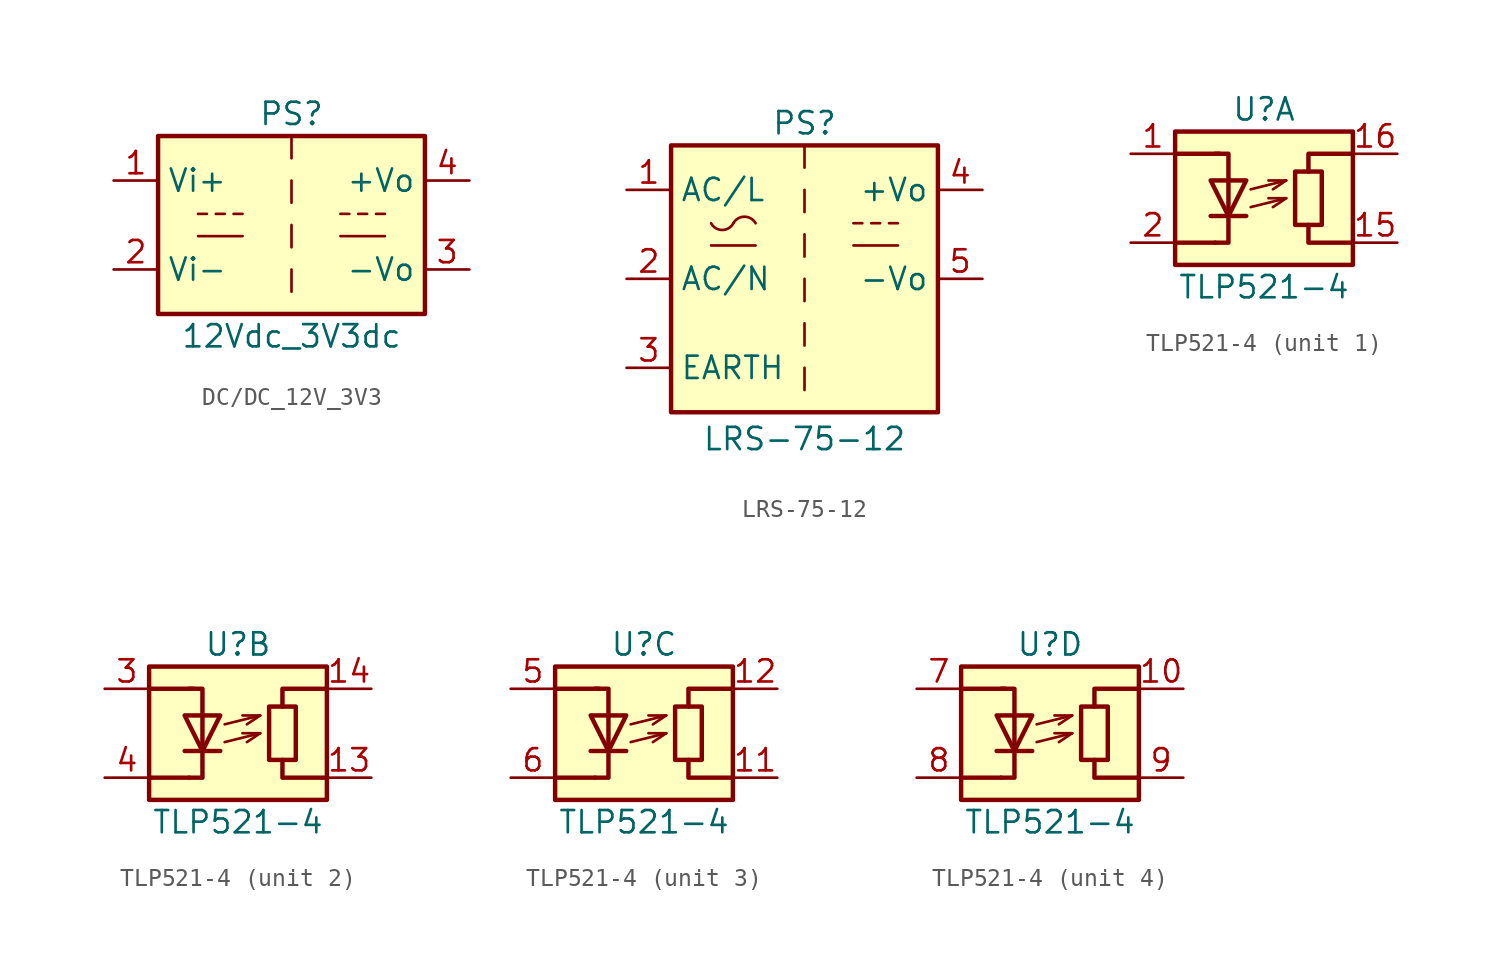
<source format=kicad_sym>
(kicad_symbol_lib
  (version 20231120)
  (generator "kicad_symbol_editor")
  (generator_version "8.0")
  (symbol "DC/DC_12V_3V3"
    (property "Reference" "PS"
      (at 0 6.35 0)
      (effects (font (size 1.27 1.27))))
    (property "Value" "12Vdc_3V3dc"
      (at 0 -6.35 0)
      (effects (font (size 1.27 1.27))))
    (symbol "DC/DC_12V_3V3_0_1"
      (rectangle (start -7.62 5.08) (end 7.62 -5.08) (stroke (width 0.254) (type default)) (fill (type background)))
      (polyline (pts (xy -5.338 0.635) (xy -4.83 0.635)) (stroke (width 0) (type default)) (fill (type none)))
      (polyline (pts (xy -5.334 -0.635) (xy -2.794 -0.635)) (stroke (width 0) (type default)) (fill (type none)))
      (polyline (pts (xy -4.322 0.635) (xy -3.814 0.635)) (stroke (width 0) (type default)) (fill (type none)))
      (polyline (pts (xy -3.307 0.635) (xy -2.799 0.635)) (stroke (width 0) (type default)) (fill (type none)))
      (polyline (pts (xy 0 -2.54) (xy 0 -3.81)) (stroke (width 0) (type default)) (fill (type none)))
      (polyline (pts (xy 0 0) (xy 0 -1.27)) (stroke (width 0) (type default)) (fill (type none)))
      (polyline (pts (xy 0 2.54) (xy 0 1.27)) (stroke (width 0) (type default)) (fill (type none)))
      (polyline (pts (xy 0 5.08) (xy 0 3.81)) (stroke (width 0) (type default)) (fill (type none)))
      (polyline (pts (xy 2.794 -0.635) (xy 5.334 -0.635)) (stroke (width 0) (type default)) (fill (type none)))
      (polyline (pts (xy 2.794 0.635) (xy 3.302 0.635)) (stroke (width 0) (type default)) (fill (type none)))
      (polyline (pts (xy 3.81 0.635) (xy 4.318 0.635)) (stroke (width 0) (type default)) (fill (type none)))
      (polyline (pts (xy 4.826 0.635) (xy 5.334 0.635)) (stroke (width 0) (type default)) (fill (type none))))
    (symbol "DC/DC_12V_3V3_1_1"
      (pin power_in line (at -10.16 2.54 0) (length 2.54) (name "Vi+" (effects (font (size 1.27 1.27)))) (number "1" (effects (font (size 1.27 1.27)))))
      (pin power_in line (at -10.16 -2.54 0) (length 2.54) (name "Vi-" (effects (font (size 1.27 1.27)))) (number "2" (effects (font (size 1.27 1.27)))))
      (pin power_out line (at 10.16 -2.54 180) (length 2.54) (name "-Vo" (effects (font (size 1.27 1.27)))) (number "3" (effects (font (size 1.27 1.27)))))
      (pin power_out line (at 10.16 2.54 180) (length 2.54) (name "+Vo" (effects (font (size 1.27 1.27)))) (number "4" (effects (font (size 1.27 1.27)))))))
  (symbol "LRS-75-12"
    (property "Reference" "PS"
      (at 0 6.35 0)
      (effects (font (size 1.27 1.27))))
    (property "Value" "LRS-75-12"
      (at 0 -11.684 0)
      (effects (font (size 1.27 1.27))))
    (symbol "LRS-75-12_0_1"
      (rectangle (start -7.62 5.08) (end 7.62 -10.16) (stroke (width 0.254) (type default)) (fill (type background)))
      (arc (start -5.334 0.635) (mid -4.699 0.2495) (end -4.064 0.635) (stroke (width 0) (type default)) (fill (type none)))
      (arc (start -2.794 0.635) (mid -3.429 1.0072) (end -4.064 0.635) (stroke (width 0) (type default)) (fill (type none)))
      (polyline (pts (xy -5.334 -0.635) (xy -2.794 -0.635)) (stroke (width 0) (type default)) (fill (type none)))
      (polyline (pts (xy 0 -7.62) (xy 0 -8.89)) (stroke (width 0) (type default)) (fill (type none)))
      (polyline (pts (xy 0 -5.08) (xy 0 -6.35)) (stroke (width 0) (type default)) (fill (type none)))
      (polyline (pts (xy 0 -2.54) (xy 0 -3.81)) (stroke (width 0) (type default)) (fill (type none)))
      (polyline (pts (xy 0 0) (xy 0 -1.27)) (stroke (width 0) (type default)) (fill (type none)))
      (polyline (pts (xy 0 2.54) (xy 0 1.27)) (stroke (width 0) (type default)) (fill (type none)))
      (polyline (pts (xy 0 5.08) (xy 0 3.81)) (stroke (width 0) (type default)) (fill (type none)))
      (polyline (pts (xy 2.794 -0.635) (xy 5.334 -0.635)) (stroke (width 0) (type default)) (fill (type none)))
      (polyline (pts (xy 2.794 0.635) (xy 3.302 0.635)) (stroke (width 0) (type default)) (fill (type none)))
      (polyline (pts (xy 3.81 0.635) (xy 4.318 0.635)) (stroke (width 0) (type default)) (fill (type none)))
      (polyline (pts (xy 4.826 0.635) (xy 5.334 0.635)) (stroke (width 0) (type default)) (fill (type none))))
    (symbol "LRS-75-12_1_1"
      (pin power_in line (at -10.16 2.54 0) (length 2.54) (name "AC/L" (effects (font (size 1.27 1.27)))) (number "1" (effects (font (size 1.27 1.27)))))
      (pin power_in line (at -10.16 -2.54 0) (length 2.54) (name "AC/N" (effects (font (size 1.27 1.27)))) (number "2" (effects (font (size 1.27 1.27)))))
      (pin power_in line (at -10.16 -7.62 0) (length 2.54) (name "EARTH" (effects (font (size 1.27 1.27)))) (number "3" (effects (font (size 1.27 1.27)))))
      (pin power_out line (at 10.16 2.54 180) (length 2.54) (name "+Vo" (effects (font (size 1.27 1.27)))) (number "4" (effects (font (size 1.27 1.27)))))
      (pin power_out line (at 10.16 -2.54 180) (length 2.54) (name "-Vo" (effects (font (size 1.27 1.27)))) (number "5" (effects (font (size 1.27 1.27)))))))
  (symbol "TLP521-4"
    (pin_names
      (offset 0.762) hide)
    (property "Reference" "U"
      (at 0 5.08 0)
      (effects (font (size 1.27 1.27))))
    (property "Value" "TLP521-4"
      (at 0 -5.08 0)
      (effects (font (size 1.27 1.27))))
    (symbol "TLP521-4_0_1"
      (rectangle (start -5.08 3.81) (end 5.08 -3.81) (stroke (width 0.254) (type default)) (fill (type background)))
      (polyline (pts (xy -5.08 2.54) (xy -2.54 2.54)) (stroke (width 0.254) (type default)) (fill (type none)))
      (polyline (pts (xy -2.794 -2.54) (xy -5.08 -2.54)) (stroke (width 0.254) (type default)) (fill (type none)))
      (polyline (pts (xy -1.016 -1.016) (xy -3.048 -1.016) (xy -3.048 -1.016)) (stroke (width 0.254) (type default)) (fill (type none)))
      (polyline (pts (xy -0.762 -0.508) (xy 1.27 0) (xy 1.27 0)) (stroke (width 0) (type default)) (fill (type none)))
      (polyline (pts (xy -0.762 0.508) (xy 1.27 1.016) (xy 1.27 1.016)) (stroke (width 0) (type default)) (fill (type none)))
      (polyline (pts (xy 2.54 -1.524) (xy 2.54 -2.54) (xy 5.08 -2.54)) (stroke (width 0.254) (type default)) (fill (type none)))
      (polyline (pts (xy 2.54 1.524) (xy 2.54 2.54) (xy 5.08 2.54)) (stroke (width 0.254) (type default)) (fill (type none)))
      (polyline (pts (xy -2.794 -2.54) (xy -2.032 -2.54) (xy -2.032 2.54) (xy -2.794 2.54)) (stroke (width 0.254) (type default)) (fill (type none)))
      (polyline (pts (xy 0.254 0) (xy 1.27 0) (xy 0.508 -0.508) (xy 0.508 -0.508)) (stroke (width 0) (type default)) (fill (type none)))
      (polyline (pts (xy 0.254 1.016) (xy 1.27 1.016) (xy 0.508 0.508) (xy 0.508 0.508)) (stroke (width 0) (type default)) (fill (type none)))
      (polyline (pts (xy -1.016 1.016) (xy -3.048 1.016) (xy -2.032 -1.016) (xy -1.016 1.016) (xy -1.016 1.016) (xy -1.016 1.016)) (stroke (width 0.254) (type default)) (fill (type none)))
      (rectangle (start 1.778 1.524) (end 3.302 -1.524) (stroke (width 0.254) (type default)) (fill (type none))))
    (symbol "TLP521-4_1_1"
      (pin passive line (at -7.62 2.54 0) (length 2.54) (name "A" (effects (font (size 1.27 1.27)))) (number "1" (effects (font (size 1.27 1.27)))))
      (pin passive line (at 7.62 -2.54 180) (length 2.54) (name "R" (effects (font (size 1.27 1.27)))) (number "15" (effects (font (size 1.27 1.27)))))
      (pin passive line (at 7.62 2.54 180) (length 2.54) (name "R" (effects (font (size 1.27 1.27)))) (number "16" (effects (font (size 1.27 1.27)))))
      (pin passive line (at -7.62 -2.54 0) (length 2.54) (name "K" (effects (font (size 1.27 1.27)))) (number "2" (effects (font (size 1.27 1.27))))))
    (symbol "TLP521-4_2_1"
      (pin passive line (at 7.62 -2.54 180) (length 2.54) (name "R" (effects (font (size 1.27 1.27)))) (number "13" (effects (font (size 1.27 1.27)))))
      (pin passive line (at 7.62 2.54 180) (length 2.54) (name "R" (effects (font (size 1.27 1.27)))) (number "14" (effects (font (size 1.27 1.27)))))
      (pin passive line (at -7.62 2.54 0) (length 2.54) (name "A" (effects (font (size 1.27 1.27)))) (number "3" (effects (font (size 1.27 1.27)))))
      (pin passive line (at -7.62 -2.54 0) (length 2.54) (name "K" (effects (font (size 1.27 1.27)))) (number "4" (effects (font (size 1.27 1.27))))))
    (symbol "TLP521-4_3_1"
      (pin passive line (at 7.62 -2.54 180) (length 2.54) (name "R" (effects (font (size 1.27 1.27)))) (number "11" (effects (font (size 1.27 1.27)))))
      (pin passive line (at 7.62 2.54 180) (length 2.54) (name "R" (effects (font (size 1.27 1.27)))) (number "12" (effects (font (size 1.27 1.27)))))
      (pin passive line (at -7.62 2.54 0) (length 2.54) (name "A" (effects (font (size 1.27 1.27)))) (number "5" (effects (font (size 1.27 1.27)))))
      (pin passive line (at -7.62 -2.54 0) (length 2.54) (name "K" (effects (font (size 1.27 1.27)))) (number "6" (effects (font (size 1.27 1.27))))))
    (symbol "TLP521-4_4_1"
      (pin passive line (at 7.62 2.54 180) (length 2.54) (name "R" (effects (font (size 1.27 1.27)))) (number "10" (effects (font (size 1.27 1.27)))))
      (pin passive line (at -7.62 2.54 0) (length 2.54) (name "A" (effects (font (size 1.27 1.27)))) (number "7" (effects (font (size 1.27 1.27)))))
      (pin passive line (at -7.62 -2.54 0) (length 2.54) (name "K" (effects (font (size 1.27 1.27)))) (number "8" (effects (font (size 1.27 1.27)))))
      (pin passive line (at 7.62 -2.54 180) (length 2.54) (name "R" (effects (font (size 1.27 1.27)))) (number "9" (effects (font (size 1.27 1.27))))))))
</source>
